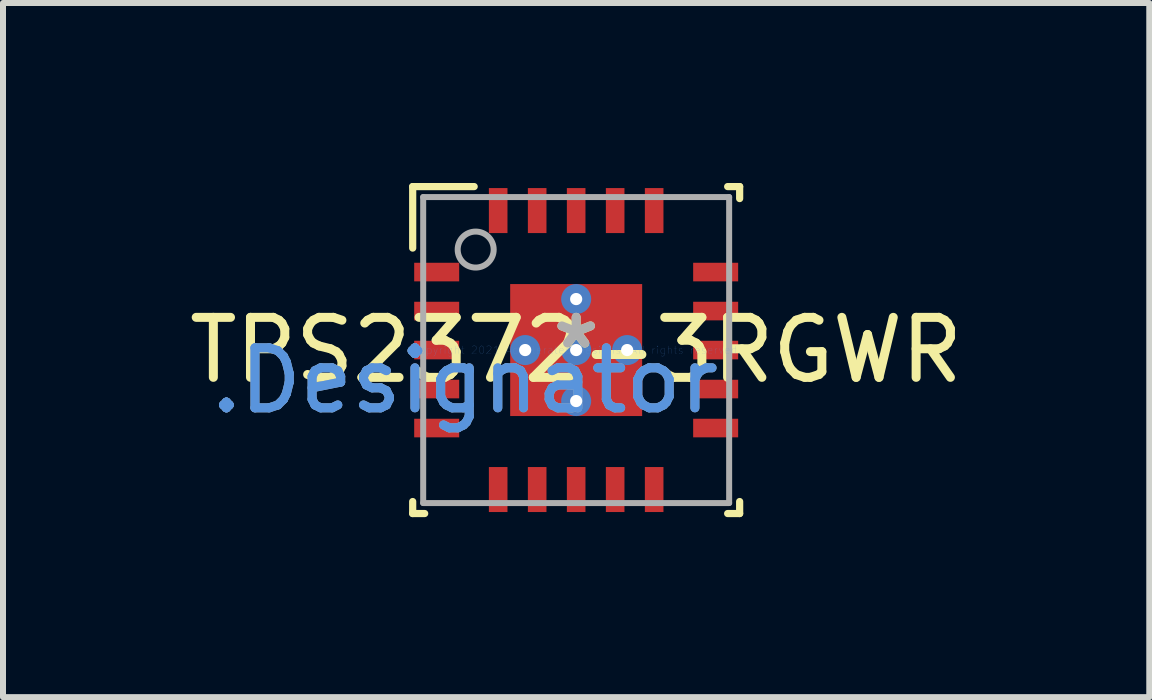
<source format=kicad_pcb>
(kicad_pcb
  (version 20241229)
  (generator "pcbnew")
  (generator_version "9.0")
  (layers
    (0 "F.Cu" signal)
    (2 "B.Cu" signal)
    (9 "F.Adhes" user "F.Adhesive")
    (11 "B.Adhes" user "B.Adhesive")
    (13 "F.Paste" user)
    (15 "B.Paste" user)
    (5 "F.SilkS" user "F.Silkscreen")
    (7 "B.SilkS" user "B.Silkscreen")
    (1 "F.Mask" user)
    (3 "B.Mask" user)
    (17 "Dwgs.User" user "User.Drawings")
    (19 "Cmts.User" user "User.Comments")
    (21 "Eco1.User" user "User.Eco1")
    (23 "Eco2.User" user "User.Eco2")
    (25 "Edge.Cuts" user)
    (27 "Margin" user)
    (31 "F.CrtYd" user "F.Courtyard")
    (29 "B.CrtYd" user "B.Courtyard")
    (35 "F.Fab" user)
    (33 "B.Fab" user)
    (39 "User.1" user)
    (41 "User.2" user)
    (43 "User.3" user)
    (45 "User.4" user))
  (footprint "TPS2372-3RGWR"
    (layer "F.Cu")
    (at 6.554 2.785)
    (property "Reference" "TPS2372-3RGWR" (at 0 0 0) (layer "F.SilkS") (effects (font (size 1 1) (thickness 0.15))))
    (attr through_hole)
    (fp_line (start -2.725 -2.725) (end -1.7 -2.725) (stroke (width 0.12) (type solid)) (layer "F.SilkS"))
    (fp_line (start -2.725 -1.7) (end -2.725 -2.725) (stroke (width 0.12) (type solid)) (layer "F.SilkS"))
    (fp_line (start -2.725 2.725) (end -2.725 2.525) (stroke (width 0.12) (type solid)) (layer "F.SilkS"))
    (fp_line (start -2.725 2.725) (end -2.525 2.725) (stroke (width 0.12) (type solid)) (layer "F.SilkS"))
    (fp_line (start 2.525 -2.725) (end 2.725 -2.725) (stroke (width 0.12) (type solid)) (layer "F.SilkS"))
    (fp_line (start 2.525 2.725) (end 2.725 2.725) (stroke (width 0.12) (type solid)) (layer "F.SilkS"))
    (fp_line (start 2.725 -2.525) (end 2.725 -2.725) (stroke (width 0.12) (type solid)) (layer "F.SilkS"))
    (fp_line (start 2.725 2.725) (end 2.725 2.525) (stroke (width 0.12) (type solid)) (layer "F.SilkS"))
    (fp_poly (pts (xy -0.1 -1.031) (xy -0.1 -0.149) (xy -0.101 -0.139) (xy -0.104 -0.13) (xy -0.108 -0.122) (xy -0.114 -0.114) (xy -0.122 -0.108) (xy -0.13 -0.104) (xy -0.139 -0.101) (xy -0.149 -0.1) (xy -1.031 -0.1) (xy -1.041 -0.101) (xy -1.05 -0.104) (xy -1.058 -0.108) (xy -1.066 -0.114) (xy -1.072 -0.122) (xy -1.076 -0.13) (xy -1.079 -0.139) (xy -1.08 -0.149) (xy -1.08 -1.031) (xy -1.079 -1.041) (xy -1.076 -1.05) (xy -1.072 -1.058) (xy -1.066 -1.066) (xy -1.058 -1.072) (xy -1.05 -1.076) (xy -1.041 -1.079) (xy -1.031 -1.08) (xy -0.149 -1.08) (xy -0.139 -1.079) (xy -0.13 -1.076) (xy -0.122 -1.072) (xy -0.114 -1.066) (xy -0.108 -1.058) (xy -0.104 -1.05) (xy -0.101 -1.041)) (stroke (width 0.1) (type solid)) (fill yes) (layer "F.Paste"))
    (fp_poly (pts (xy -0.1 0.149) (xy -0.1 1.031) (xy -0.101 1.041) (xy -0.104 1.05) (xy -0.108 1.058) (xy -0.114 1.066) (xy -0.122 1.072) (xy -0.13 1.076) (xy -0.139 1.079) (xy -0.149 1.08) (xy -1.031 1.08) (xy -1.041 1.079) (xy -1.05 1.076) (xy -1.058 1.072) (xy -1.066 1.066) (xy -1.072 1.058) (xy -1.076 1.05) (xy -1.079 1.041) (xy -1.08 1.031) (xy -1.08 0.149) (xy -1.079 0.139) (xy -1.076 0.13) (xy -1.072 0.122) (xy -1.066 0.114) (xy -1.058 0.108) (xy -1.05 0.104) (xy -1.041 0.101) (xy -1.031 0.1) (xy -0.149 0.1) (xy -0.139 0.101) (xy -0.13 0.104) (xy -0.122 0.108) (xy -0.114 0.114) (xy -0.108 0.122) (xy -0.104 0.13) (xy -0.101 0.139)) (stroke (width 0.1) (type solid)) (fill yes) (layer "F.Paste"))
    (fp_poly (pts (xy 0.1 -0.149) (xy 0.1 -1.031) (xy 0.101 -1.041) (xy 0.104 -1.05) (xy 0.108 -1.058) (xy 0.114 -1.066) (xy 0.122 -1.072) (xy 0.13 -1.076) (xy 0.139 -1.079) (xy 0.149 -1.08) (xy 1.031 -1.08) (xy 1.041 -1.079) (xy 1.05 -1.076) (xy 1.058 -1.072) (xy 1.066 -1.066) (xy 1.072 -1.058) (xy 1.076 -1.05) (xy 1.079 -1.041) (xy 1.08 -1.031) (xy 1.08 -0.149) (xy 1.079 -0.139) (xy 1.076 -0.13) (xy 1.072 -0.122) (xy 1.066 -0.114) (xy 1.058 -0.108) (xy 1.05 -0.104) (xy 1.041 -0.101) (xy 1.031 -0.1) (xy 0.149 -0.1) (xy 0.139 -0.101) (xy 0.13 -0.104) (xy 0.122 -0.108) (xy 0.114 -0.114) (xy 0.108 -0.122) (xy 0.104 -0.13) (xy 0.101 -0.139)) (stroke (width 0.1) (type solid)) (fill yes) (layer "F.Paste"))
    (fp_poly (pts (xy 0.1 1.031) (xy 0.1 0.149) (xy 0.101 0.139) (xy 0.104 0.13) (xy 0.108 0.122) (xy 0.114 0.114) (xy 0.122 0.108) (xy 0.13 0.104) (xy 0.139 0.101) (xy 0.149 0.1) (xy 1.031 0.1) (xy 1.041 0.101) (xy 1.05 0.104) (xy 1.058 0.108) (xy 1.066 0.114) (xy 1.072 0.122) (xy 1.076 0.13) (xy 1.079 0.139) (xy 1.08 0.149) (xy 1.08 1.031) (xy 1.079 1.041) (xy 1.076 1.05) (xy 1.072 1.058) (xy 1.066 1.066) (xy 1.058 1.072) (xy 1.05 1.076) (xy 1.041 1.079) (xy 1.031 1.08) (xy 0.149 1.08) (xy 0.139 1.079) (xy 0.13 1.076) (xy 0.122 1.072) (xy 0.114 1.066) (xy 0.108 1.058) (xy 0.104 1.05) (xy 0.101 1.041)) (stroke (width 0.1) (type solid)) (fill yes) (layer "F.Paste"))
    (fp_line (start -2.55 -2.55) (end 2.55 -2.55) (stroke (width 0.1) (type solid)) (layer "F.Fab"))
    (fp_line (start -2.55 2.55) (end -2.55 -2.55) (stroke (width 0.1) (type solid)) (layer "F.Fab"))
    (fp_line (start -2.55 2.55) (end 2.55 2.55) (stroke (width 0.1) (type solid)) (layer "F.Fab"))
    (fp_line (start 2.55 2.55) (end 2.55 -2.55) (stroke (width 0.1) (type solid)) (layer "F.Fab"))
    (fp_circle (center -1.675 -1.675) (end -1.375 -1.675) (stroke (width 0.1) (type solid)) (fill no) (layer "F.Fab"))
    (fp_text user "*" (at 0 0 0) (layer "F.SilkS") (effects (font (size 1 1) (thickness 0.15))))
    (fp_text user "Copyright 2021 Accelerated Designs. All rights reserved." (at 0 0 0) (layer "Cmts.User") (effects (font (size 0.127 0.127) (thickness 0.002))))
    (fp_text user ".Designator" (at -1.854 0.508 0) (layer "Cmts.User") (effects (font (size 1 1) (thickness 0.15))))
    (fp_text user ".Designator" (at -1.854 0.508 0) (layer "F.Fab") (effects (font (size 1 1) (thickness 0.15))))
    (fp_text user "*" (at 0 0 0) (layer "F.Fab") (effects (font (size 1 1) (thickness 0.15))))
    (pad "1" smd rect (at -2.325 -1.3 90) (size 0.31 0.75) (layers "F.Cu" "F.Mask" "F.Paste"))
    (pad "2" smd rect (at -2.325 -0.65 90) (size 0.31 0.75) (layers "F.Cu" "F.Mask" "F.Paste"))
    (pad "3" smd rect (at -2.325 0 90) (size 0.31 0.75) (layers "F.Cu" "F.Mask" "F.Paste"))
    (pad "4" smd rect (at -2.325 0.65 90) (size 0.31 0.75) (layers "F.Cu" "F.Mask" "F.Paste"))
    (pad "5" smd rect (at -2.325 1.3 90) (size 0.31 0.75) (layers "F.Cu" "F.Mask" "F.Paste"))
    (pad "6" smd rect (at -1.3 2.325) (size 0.31 0.75) (layers "F.Cu" "F.Mask" "F.Paste"))
    (pad "7" smd rect (at -0.65 2.325) (size 0.31 0.75) (layers "F.Cu" "F.Mask" "F.Paste"))
    (pad "8" smd rect (at 0 2.325) (size 0.31 0.75) (layers "F.Cu" "F.Mask" "F.Paste"))
    (pad "9" smd rect (at 0.65 2.325) (size 0.31 0.75) (layers "F.Cu" "F.Mask" "F.Paste"))
    (pad "10" smd rect (at 1.3 2.325) (size 0.31 0.75) (layers "F.Cu" "F.Mask" "F.Paste"))
    (pad "11" smd rect (at 2.325 1.3 90) (size 0.31 0.75) (layers "F.Cu" "F.Mask" "F.Paste"))
    (pad "12" smd rect (at 2.325 0.65 90) (size 0.31 0.75) (layers "F.Cu" "F.Mask" "F.Paste"))
    (pad "13" smd rect (at 2.325 0 90) (size 0.31 0.75) (layers "F.Cu" "F.Mask" "F.Paste"))
    (pad "14" smd rect (at 2.325 -0.65 90) (size 0.31 0.75) (layers "F.Cu" "F.Mask" "F.Paste"))
    (pad "15" smd rect (at 2.325 -1.3 90) (size 0.31 0.75) (layers "F.Cu" "F.Mask" "F.Paste"))
    (pad "16" smd rect (at 1.3 -2.325) (size 0.31 0.75) (layers "F.Cu" "F.Mask" "F.Paste"))
    (pad "17" smd rect (at 0.65 -2.325) (size 0.31 0.75) (layers "F.Cu" "F.Mask" "F.Paste"))
    (pad "18" smd rect (at 0 -2.325) (size 0.31 0.75) (layers "F.Cu" "F.Mask" "F.Paste"))
    (pad "19" smd rect (at -0.65 -2.325) (size 0.31 0.75) (layers "F.Cu" "F.Mask" "F.Paste"))
    (pad "20" smd rect (at -1.3 -2.325) (size 0.31 0.75) (layers "F.Cu" "F.Mask" "F.Paste"))
    (pad "21" smd rect (at 0 0) (size 2.2 2.2) (layers "F.Cu" "F.Mask"))
    (pad "V" thru_hole circle (at -0.85 0) (size 0.5 0.5) (drill 0.203) (layers "*.Cu" "*.Mask"))
    (pad "V" thru_hole circle (at 0 -0.85) (size 0.5 0.5) (drill 0.203) (layers "*.Cu" "*.Mask"))
    (pad "V" thru_hole circle (at 0 0) (size 0.5 0.5) (drill 0.203) (layers "*.Cu" "*.Mask"))
    (pad "V" thru_hole circle (at 0 0.85) (size 0.5 0.5) (drill 0.203) (layers "*.Cu" "*.Mask"))
    (pad "V" thru_hole circle (at 0.85 0) (size 0.5 0.5) (drill 0.203) (layers "*.Cu" "*.Mask")))
  (gr_rect
    (start -3 -3)
    (end 16.107 8.57)
    (stroke (width 0.1) (type default))
    (fill no)
    (layer "Edge.Cuts")))
</source>
